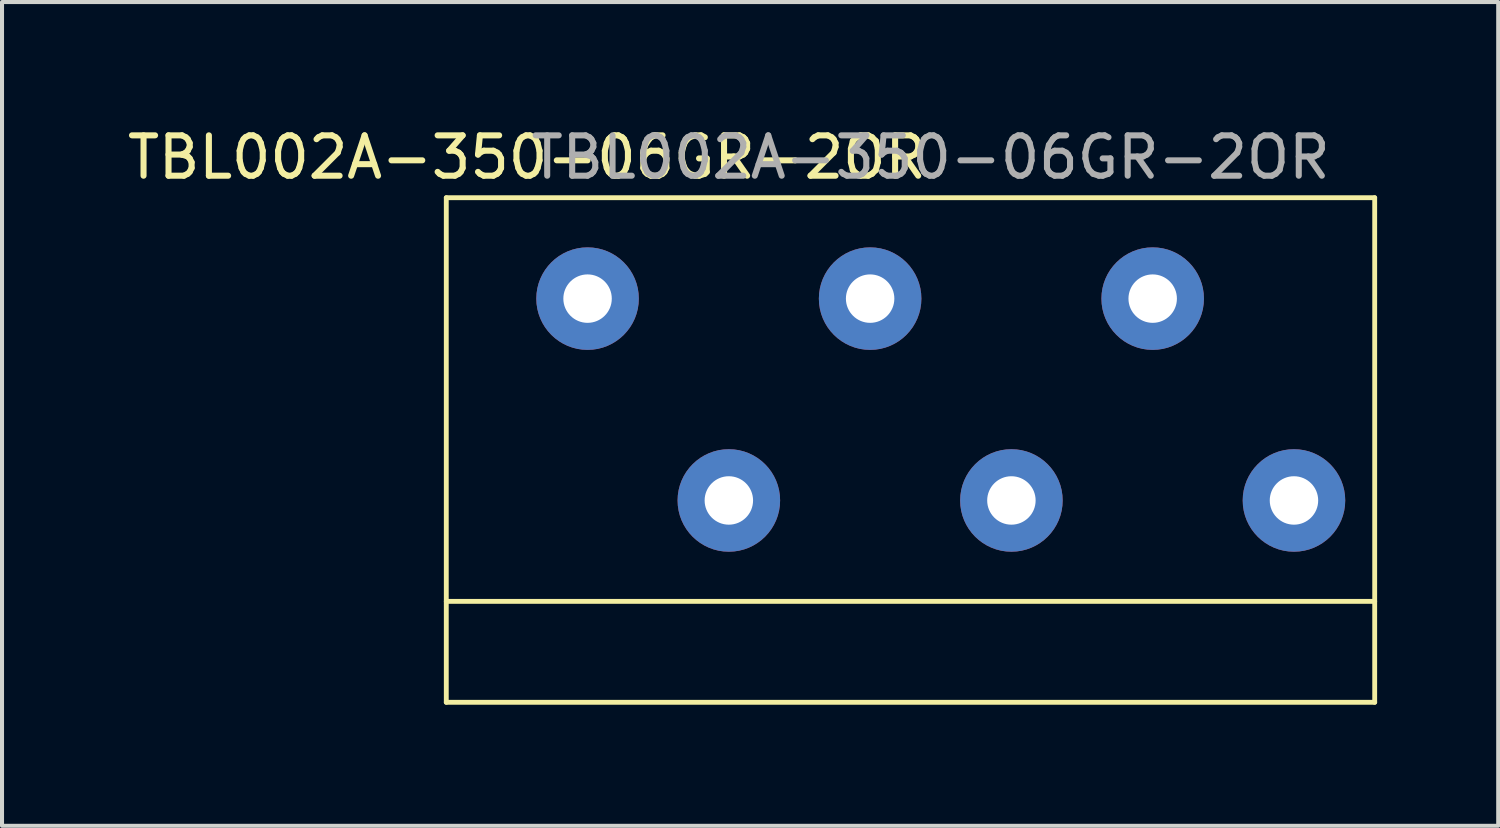
<source format=kicad_pcb>
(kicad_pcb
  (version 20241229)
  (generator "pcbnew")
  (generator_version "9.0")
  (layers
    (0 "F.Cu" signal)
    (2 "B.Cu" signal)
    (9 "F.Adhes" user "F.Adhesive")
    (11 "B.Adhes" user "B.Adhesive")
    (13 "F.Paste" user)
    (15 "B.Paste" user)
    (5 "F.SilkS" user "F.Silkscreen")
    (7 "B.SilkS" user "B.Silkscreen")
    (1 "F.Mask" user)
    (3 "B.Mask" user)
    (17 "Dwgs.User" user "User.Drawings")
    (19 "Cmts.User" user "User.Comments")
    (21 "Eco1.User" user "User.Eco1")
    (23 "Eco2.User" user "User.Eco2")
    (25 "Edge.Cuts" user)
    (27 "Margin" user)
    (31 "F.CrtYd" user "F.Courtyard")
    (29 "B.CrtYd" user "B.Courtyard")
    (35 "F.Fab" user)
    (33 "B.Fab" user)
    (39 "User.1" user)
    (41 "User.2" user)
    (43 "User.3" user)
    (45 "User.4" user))
  (footprint "TBL002A-350-06GR-2OR"
    (layer "F.Cu")
    (at 11.506 9.348)
    (property "Reference" "TBL002A-350-06GR-2OR" (at -1.5 -8.5 0) (unlocked yes) (layer "F.SilkS") (effects (font (size 1 1) (thickness 0.15))))
    (attr through_hole)
    (fp_line (start -3.5 -7.5) (end 19.5 -7.5) (stroke (width 0.12) (type default)) (layer "F.SilkS"))
    (fp_line (start -3.5 2.5) (end 19.5 2.5) (stroke (width 0.12) (type default)) (layer "F.SilkS"))
    (fp_line (start -3.5 5) (end -3.5 -7.5) (stroke (width 0.12) (type default)) (layer "F.SilkS"))
    (fp_line (start 19.5 -7.5) (end 19.5 5) (stroke (width 0.12) (type default)) (layer "F.SilkS"))
    (fp_line (start 19.5 5) (end -3.5 5) (stroke (width 0.12) (type default)) (layer "F.SilkS"))
    (fp_text user "${REFERENCE}" (at 8.5 -8.5 0) (unlocked yes) (layer "F.Fab") (effects (font (size 1 1) (thickness 0.15))))
    (pad "1" thru_hole circle (at 0 -5) (size 2.54 2.54) (drill 1.2) (layers "*.Cu" "*.Mask"))
    (pad "2" thru_hole circle (at 3.5 0) (size 2.54 2.54) (drill 1.2) (layers "*.Cu" "*.Mask"))
    (pad "3" thru_hole circle (at 7 -5) (size 2.54 2.54) (drill 1.2) (layers "*.Cu" "*.Mask"))
    (pad "4" thru_hole circle (at 10.5 0) (size 2.54 2.54) (drill 1.2) (layers "*.Cu" "*.Mask"))
    (pad "5" thru_hole circle (at 14 -5) (size 2.54 2.54) (drill 1.2) (layers "*.Cu" "*.Mask"))
    (pad "6" thru_hole circle (at 17.5 0) (size 2.54 2.54) (drill 1.2) (layers "*.Cu" "*.Mask")))
  (gr_rect
    (start -3 -3)
    (end 34.066 17.408)
    (stroke (width 0.1) (type default))
    (fill no)
    (layer "Edge.Cuts")))
</source>
